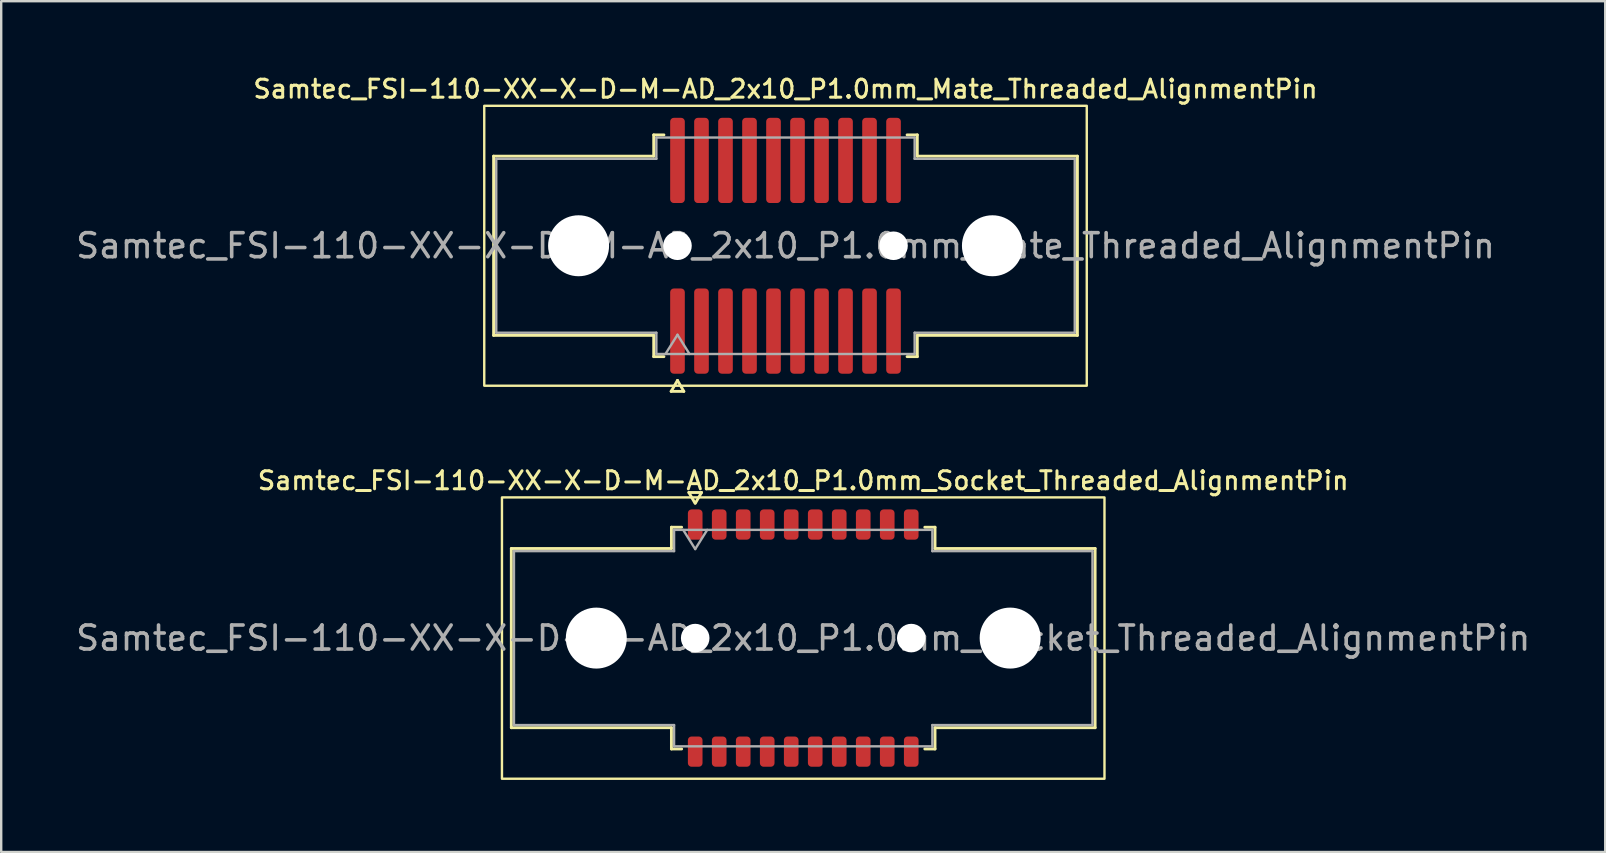
<source format=kicad_pcb>
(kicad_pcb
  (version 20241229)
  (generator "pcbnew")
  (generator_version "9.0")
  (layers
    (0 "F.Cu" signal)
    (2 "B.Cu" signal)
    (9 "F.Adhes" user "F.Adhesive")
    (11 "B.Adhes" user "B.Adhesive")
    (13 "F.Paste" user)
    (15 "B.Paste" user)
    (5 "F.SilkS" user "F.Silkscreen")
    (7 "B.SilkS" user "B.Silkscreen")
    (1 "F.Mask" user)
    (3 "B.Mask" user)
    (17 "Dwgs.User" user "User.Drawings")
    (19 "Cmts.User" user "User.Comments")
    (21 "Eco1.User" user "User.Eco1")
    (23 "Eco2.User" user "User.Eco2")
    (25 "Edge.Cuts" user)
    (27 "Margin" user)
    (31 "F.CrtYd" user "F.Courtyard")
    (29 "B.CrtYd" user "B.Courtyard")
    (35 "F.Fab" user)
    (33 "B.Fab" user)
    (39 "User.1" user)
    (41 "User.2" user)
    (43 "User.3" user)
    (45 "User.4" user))
  (footprint "Samtec_FSI-110-XX-X-D-M-AD_2x10_P1.0mm_Mate_Threaded_AlignmentPin"
    (layer "F.Cu")
    (at 29.673 7.188)
    (property "Reference" "Samtec_FSI-110-XX-X-D-M-AD_2x10_P1.0mm_Mate_Threaded_AlignmentPin" (at 0 -6.53 0) (layer "F.SilkS") (effects (font (size 0.75 0.75) (thickness 0.125))))
    (attr exclude_from_pos_files exclude_from_bom)
    (fp_line (start -12.16 -3.733) (end -5.49 -3.733) (stroke (width 0.12) (type solid)) (layer "F.SilkS"))
    (fp_line (start -12.16 3.733) (end -12.16 -3.733) (stroke (width 0.12) (type solid)) (layer "F.SilkS"))
    (fp_line (start -5.49 -4.619) (end -5.065 -4.619) (stroke (width 0.12) (type solid)) (layer "F.SilkS"))
    (fp_line (start -5.49 -3.733) (end -5.49 -4.619) (stroke (width 0.12) (type solid)) (layer "F.SilkS"))
    (fp_line (start -5.49 3.733) (end -12.16 3.733) (stroke (width 0.12) (type solid)) (layer "F.SilkS"))
    (fp_line (start -5.49 4.619) (end -5.49 3.733) (stroke (width 0.12) (type solid)) (layer "F.SilkS"))
    (fp_line (start -5.065 4.619) (end -5.49 4.619) (stroke (width 0.12) (type solid)) (layer "F.SilkS"))
    (fp_line (start -4.764 6.066) (end -4.5 5.609) (stroke (width 0.12) (type solid)) (layer "F.SilkS"))
    (fp_line (start -4.5 5.609) (end -4.236 6.066) (stroke (width 0.12) (type solid)) (layer "F.SilkS"))
    (fp_line (start -4.236 6.066) (end -4.764 6.066) (stroke (width 0.12) (type solid)) (layer "F.SilkS"))
    (fp_line (start 5.065 -4.619) (end 5.49 -4.619) (stroke (width 0.12) (type solid)) (layer "F.SilkS"))
    (fp_line (start 5.49 -4.619) (end 5.49 -3.733) (stroke (width 0.12) (type solid)) (layer "F.SilkS"))
    (fp_line (start 5.49 -3.733) (end 12.16 -3.733) (stroke (width 0.12) (type solid)) (layer "F.SilkS"))
    (fp_line (start 5.49 3.733) (end 5.49 4.619) (stroke (width 0.12) (type solid)) (layer "F.SilkS"))
    (fp_line (start 5.49 4.619) (end 5.065 4.619) (stroke (width 0.12) (type solid)) (layer "F.SilkS"))
    (fp_line (start 12.16 -3.733) (end 12.16 3.733) (stroke (width 0.12) (type solid)) (layer "F.SilkS"))
    (fp_line (start 12.16 3.733) (end 5.49 3.733) (stroke (width 0.12) (type solid)) (layer "F.SilkS"))
    (fp_rect (start -12.55 -5.83) (end 12.55 5.83) (stroke (width 0.1) (type solid)) (fill no) (layer "F.SilkS"))
    (fp_line (start -12.05 -3.623) (end -5.38 -3.623) (stroke (width 0.1) (type solid)) (layer "F.Fab"))
    (fp_line (start -12.05 3.623) (end -12.05 -3.623) (stroke (width 0.1) (type solid)) (layer "F.Fab"))
    (fp_line (start -5.38 -4.508) (end 5.38 -4.508) (stroke (width 0.1) (type solid)) (layer "F.Fab"))
    (fp_line (start -5.38 -3.623) (end -5.38 -4.508) (stroke (width 0.1) (type solid)) (layer "F.Fab"))
    (fp_line (start -5.38 3.623) (end -12.05 3.623) (stroke (width 0.1) (type solid)) (layer "F.Fab"))
    (fp_line (start -5.38 4.508) (end -5.38 3.623) (stroke (width 0.1) (type solid)) (layer "F.Fab"))
    (fp_line (start -5 4.508) (end -4.5 3.708) (stroke (width 0.1) (type solid)) (layer "F.Fab"))
    (fp_line (start -4.5 3.708) (end -4 4.508) (stroke (width 0.1) (type solid)) (layer "F.Fab"))
    (fp_line (start 5.38 -4.508) (end 5.38 -3.623) (stroke (width 0.1) (type solid)) (layer "F.Fab"))
    (fp_line (start 5.38 -3.623) (end 12.05 -3.623) (stroke (width 0.1) (type solid)) (layer "F.Fab"))
    (fp_line (start 5.38 3.623) (end 5.38 4.508) (stroke (width 0.1) (type solid)) (layer "F.Fab"))
    (fp_line (start 5.38 4.508) (end -5.38 4.508) (stroke (width 0.1) (type solid)) (layer "F.Fab"))
    (fp_line (start 12.05 -3.623) (end 12.05 3.623) (stroke (width 0.1) (type solid)) (layer "F.Fab"))
    (fp_line (start 12.05 3.623) (end 5.38 3.623) (stroke (width 0.1) (type solid)) (layer "F.Fab"))
    (fp_text user "${REFERENCE}" (at 0 0 0) (layer "F.Fab") (effects (font (size 1 1) (thickness 0.15))))
    (pad "" np_thru_hole circle (at -8.62 0) (size 2.54 2.54) (drill 2.54) (layers "*.Cu" "*.Mask"))
    (pad "" np_thru_hole circle (at -4.5 0) (size 1.19 1.19) (drill 1.19) (layers "*.Cu" "*.Mask"))
    (pad "" np_thru_hole circle (at 4.5 0) (size 1.19 1.19) (drill 1.19) (layers "*.Cu" "*.Mask"))
    (pad "" np_thru_hole circle (at 8.62 0) (size 2.54 2.54) (drill 2.54) (layers "*.Cu" "*.Mask"))
    (pad "1" smd roundrect (at -4.5 3.555) (size 0.61 3.55) (layers "F.Cu" "F.Mask") (roundrect_rratio 0.25))
    (pad "2" smd roundrect (at -4.5 -3.555) (size 0.61 3.55) (layers "F.Cu" "F.Mask") (roundrect_rratio 0.25))
    (pad "3" smd roundrect (at -3.5 3.555) (size 0.61 3.55) (layers "F.Cu" "F.Mask") (roundrect_rratio 0.25))
    (pad "4" smd roundrect (at -3.5 -3.555) (size 0.61 3.55) (layers "F.Cu" "F.Mask") (roundrect_rratio 0.25))
    (pad "5" smd roundrect (at -2.5 3.555) (size 0.61 3.55) (layers "F.Cu" "F.Mask") (roundrect_rratio 0.25))
    (pad "6" smd roundrect (at -2.5 -3.555) (size 0.61 3.55) (layers "F.Cu" "F.Mask") (roundrect_rratio 0.25))
    (pad "7" smd roundrect (at -1.5 3.555) (size 0.61 3.55) (layers "F.Cu" "F.Mask") (roundrect_rratio 0.25))
    (pad "8" smd roundrect (at -1.5 -3.555) (size 0.61 3.55) (layers "F.Cu" "F.Mask") (roundrect_rratio 0.25))
    (pad "9" smd roundrect (at -0.5 3.555) (size 0.61 3.55) (layers "F.Cu" "F.Mask") (roundrect_rratio 0.25))
    (pad "10" smd roundrect (at -0.5 -3.555) (size 0.61 3.55) (layers "F.Cu" "F.Mask") (roundrect_rratio 0.25))
    (pad "11" smd roundrect (at 0.5 3.555) (size 0.61 3.55) (layers "F.Cu" "F.Mask") (roundrect_rratio 0.25))
    (pad "12" smd roundrect (at 0.5 -3.555) (size 0.61 3.55) (layers "F.Cu" "F.Mask") (roundrect_rratio 0.25))
    (pad "13" smd roundrect (at 1.5 3.555) (size 0.61 3.55) (layers "F.Cu" "F.Mask") (roundrect_rratio 0.25))
    (pad "14" smd roundrect (at 1.5 -3.555) (size 0.61 3.55) (layers "F.Cu" "F.Mask") (roundrect_rratio 0.25))
    (pad "15" smd roundrect (at 2.5 3.555) (size 0.61 3.55) (layers "F.Cu" "F.Mask") (roundrect_rratio 0.25))
    (pad "16" smd roundrect (at 2.5 -3.555) (size 0.61 3.55) (layers "F.Cu" "F.Mask") (roundrect_rratio 0.25))
    (pad "17" smd roundrect (at 3.5 3.555) (size 0.61 3.55) (layers "F.Cu" "F.Mask") (roundrect_rratio 0.25))
    (pad "18" smd roundrect (at 3.5 -3.555) (size 0.61 3.55) (layers "F.Cu" "F.Mask") (roundrect_rratio 0.25))
    (pad "19" smd roundrect (at 4.5 3.555) (size 0.61 3.55) (layers "F.Cu" "F.Mask") (roundrect_rratio 0.25))
    (pad "20" smd roundrect (at 4.5 -3.555) (size 0.61 3.55) (layers "F.Cu" "F.Mask") (roundrect_rratio 0.25)))
  (footprint "Samtec_FSI-110-XX-X-D-M-AD_2x10_P1.0mm_Socket_Threaded_AlignmentPin"
    (layer "F.Cu")
    (at 30.411 23.532)
    (property "Reference" "Samtec_FSI-110-XX-X-D-M-AD_2x10_P1.0mm_Socket_Threaded_AlignmentPin" (at 0 -6.56 0) (layer "F.SilkS") (effects (font (size 0.75 0.75) (thickness 0.125))))
    (attr smd)
    (fp_line (start -12.16 -3.733) (end -5.49 -3.733) (stroke (width 0.12) (type solid)) (layer "F.SilkS"))
    (fp_line (start -12.16 3.733) (end -12.16 -3.733) (stroke (width 0.12) (type solid)) (layer "F.SilkS"))
    (fp_line (start -5.49 -4.619) (end -5.065 -4.619) (stroke (width 0.12) (type solid)) (layer "F.SilkS"))
    (fp_line (start -5.49 -3.733) (end -5.49 -4.619) (stroke (width 0.12) (type solid)) (layer "F.SilkS"))
    (fp_line (start -5.49 3.733) (end -12.16 3.733) (stroke (width 0.12) (type solid)) (layer "F.SilkS"))
    (fp_line (start -5.49 4.619) (end -5.49 3.733) (stroke (width 0.12) (type solid)) (layer "F.SilkS"))
    (fp_line (start -5.065 4.619) (end -5.49 4.619) (stroke (width 0.12) (type solid)) (layer "F.SilkS"))
    (fp_line (start -4.764 -6.066) (end -4.507 -5.62) (stroke (width 0.12) (type solid)) (layer "F.SilkS"))
    (fp_line (start -4.493 -5.62) (end -4.236 -6.066) (stroke (width 0.12) (type solid)) (layer "F.SilkS"))
    (fp_line (start -4.236 -6.066) (end -4.764 -6.066) (stroke (width 0.12) (type solid)) (layer "F.SilkS"))
    (fp_line (start 5.065 -4.619) (end 5.49 -4.619) (stroke (width 0.12) (type solid)) (layer "F.SilkS"))
    (fp_line (start 5.49 -4.619) (end 5.49 -3.733) (stroke (width 0.12) (type solid)) (layer "F.SilkS"))
    (fp_line (start 5.49 -3.733) (end 12.16 -3.733) (stroke (width 0.12) (type solid)) (layer "F.SilkS"))
    (fp_line (start 5.49 3.733) (end 5.49 4.619) (stroke (width 0.12) (type solid)) (layer "F.SilkS"))
    (fp_line (start 5.49 4.619) (end 5.065 4.619) (stroke (width 0.12) (type solid)) (layer "F.SilkS"))
    (fp_line (start 12.16 -3.733) (end 12.16 3.733) (stroke (width 0.12) (type solid)) (layer "F.SilkS"))
    (fp_line (start 12.16 3.733) (end 5.49 3.733) (stroke (width 0.12) (type solid)) (layer "F.SilkS"))
    (fp_rect (start -12.55 -5.86) (end 12.55 5.86) (stroke (width 0.1) (type solid)) (fill no) (layer "F.SilkS"))
    (fp_line (start -12.05 -3.623) (end -5.38 -3.623) (stroke (width 0.1) (type solid)) (layer "F.Fab"))
    (fp_line (start -12.05 3.623) (end -12.05 -3.623) (stroke (width 0.1) (type solid)) (layer "F.Fab"))
    (fp_line (start -5.38 -4.508) (end 5.38 -4.508) (stroke (width 0.1) (type solid)) (layer "F.Fab"))
    (fp_line (start -5.38 -3.623) (end -5.38 -4.508) (stroke (width 0.1) (type solid)) (layer "F.Fab"))
    (fp_line (start -5.38 3.623) (end -12.05 3.623) (stroke (width 0.1) (type solid)) (layer "F.Fab"))
    (fp_line (start -5.38 4.508) (end -5.38 3.623) (stroke (width 0.1) (type solid)) (layer "F.Fab"))
    (fp_line (start -5 -4.508) (end -4.5 -3.708) (stroke (width 0.1) (type solid)) (layer "F.Fab"))
    (fp_line (start -4.5 -3.708) (end -4 -4.508) (stroke (width 0.1) (type solid)) (layer "F.Fab"))
    (fp_line (start 5.38 -4.508) (end 5.38 -3.623) (stroke (width 0.1) (type solid)) (layer "F.Fab"))
    (fp_line (start 5.38 -3.623) (end 12.05 -3.623) (stroke (width 0.1) (type solid)) (layer "F.Fab"))
    (fp_line (start 5.38 3.623) (end 5.38 4.508) (stroke (width 0.1) (type solid)) (layer "F.Fab"))
    (fp_line (start 5.38 4.508) (end -5.38 4.508) (stroke (width 0.1) (type solid)) (layer "F.Fab"))
    (fp_line (start 12.05 -3.623) (end 12.05 3.623) (stroke (width 0.1) (type solid)) (layer "F.Fab"))
    (fp_line (start 12.05 3.623) (end 5.38 3.623) (stroke (width 0.1) (type solid)) (layer "F.Fab"))
    (fp_text user "${REFERENCE}" (at 0 0 0) (layer "F.Fab") (effects (font (size 1 1) (thickness 0.15))))
    (pad "" np_thru_hole circle (at -8.62 0) (size 2.54 2.54) (drill 2.54) (layers "*.Cu" "*.Mask"))
    (pad "" np_thru_hole circle (at -4.5 0) (size 1.19 1.19) (drill 1.19) (layers "*.Cu" "*.Mask"))
    (pad "" np_thru_hole circle (at 4.5 0) (size 1.19 1.19) (drill 1.19) (layers "*.Cu" "*.Mask"))
    (pad "" np_thru_hole circle (at 8.62 0) (size 2.54 2.54) (drill 2.54) (layers "*.Cu" "*.Mask"))
    (pad "1" smd roundrect (at -4.5 -4.73) (size 0.61 1.26) (layers "F.Cu" "F.Mask" "F.Paste") (roundrect_rratio 0.25))
    (pad "2" smd roundrect (at -4.5 4.73) (size 0.61 1.26) (layers "F.Cu" "F.Mask" "F.Paste") (roundrect_rratio 0.25))
    (pad "3" smd roundrect (at -3.5 -4.73) (size 0.61 1.26) (layers "F.Cu" "F.Mask" "F.Paste") (roundrect_rratio 0.25))
    (pad "4" smd roundrect (at -3.5 4.73) (size 0.61 1.26) (layers "F.Cu" "F.Mask" "F.Paste") (roundrect_rratio 0.25))
    (pad "5" smd roundrect (at -2.5 -4.73) (size 0.61 1.26) (layers "F.Cu" "F.Mask" "F.Paste") (roundrect_rratio 0.25))
    (pad "6" smd roundrect (at -2.5 4.73) (size 0.61 1.26) (layers "F.Cu" "F.Mask" "F.Paste") (roundrect_rratio 0.25))
    (pad "7" smd roundrect (at -1.5 -4.73) (size 0.61 1.26) (layers "F.Cu" "F.Mask" "F.Paste") (roundrect_rratio 0.25))
    (pad "8" smd roundrect (at -1.5 4.73) (size 0.61 1.26) (layers "F.Cu" "F.Mask" "F.Paste") (roundrect_rratio 0.25))
    (pad "9" smd roundrect (at -0.5 -4.73) (size 0.61 1.26) (layers "F.Cu" "F.Mask" "F.Paste") (roundrect_rratio 0.25))
    (pad "10" smd roundrect (at -0.5 4.73) (size 0.61 1.26) (layers "F.Cu" "F.Mask" "F.Paste") (roundrect_rratio 0.25))
    (pad "11" smd roundrect (at 0.5 -4.73) (size 0.61 1.26) (layers "F.Cu" "F.Mask" "F.Paste") (roundrect_rratio 0.25))
    (pad "12" smd roundrect (at 0.5 4.73) (size 0.61 1.26) (layers "F.Cu" "F.Mask" "F.Paste") (roundrect_rratio 0.25))
    (pad "13" smd roundrect (at 1.5 -4.73) (size 0.61 1.26) (layers "F.Cu" "F.Mask" "F.Paste") (roundrect_rratio 0.25))
    (pad "14" smd roundrect (at 1.5 4.73) (size 0.61 1.26) (layers "F.Cu" "F.Mask" "F.Paste") (roundrect_rratio 0.25))
    (pad "15" smd roundrect (at 2.5 -4.73) (size 0.61 1.26) (layers "F.Cu" "F.Mask" "F.Paste") (roundrect_rratio 0.25))
    (pad "16" smd roundrect (at 2.5 4.73) (size 0.61 1.26) (layers "F.Cu" "F.Mask" "F.Paste") (roundrect_rratio 0.25))
    (pad "17" smd roundrect (at 3.5 -4.73) (size 0.61 1.26) (layers "F.Cu" "F.Mask" "F.Paste") (roundrect_rratio 0.25))
    (pad "18" smd roundrect (at 3.5 4.73) (size 0.61 1.26) (layers "F.Cu" "F.Mask" "F.Paste") (roundrect_rratio 0.25))
    (pad "19" smd roundrect (at 4.5 -4.73) (size 0.61 1.26) (layers "F.Cu" "F.Mask" "F.Paste") (roundrect_rratio 0.25))
    (pad "20" smd roundrect (at 4.5 4.73) (size 0.61 1.26) (layers "F.Cu" "F.Mask" "F.Paste") (roundrect_rratio 0.25)))
  (gr_rect
    (start -3 -3)
    (end 63.821 32.442)
    (stroke (width 0.1) (type default))
    (fill no)
    (layer "Edge.Cuts")))
</source>
